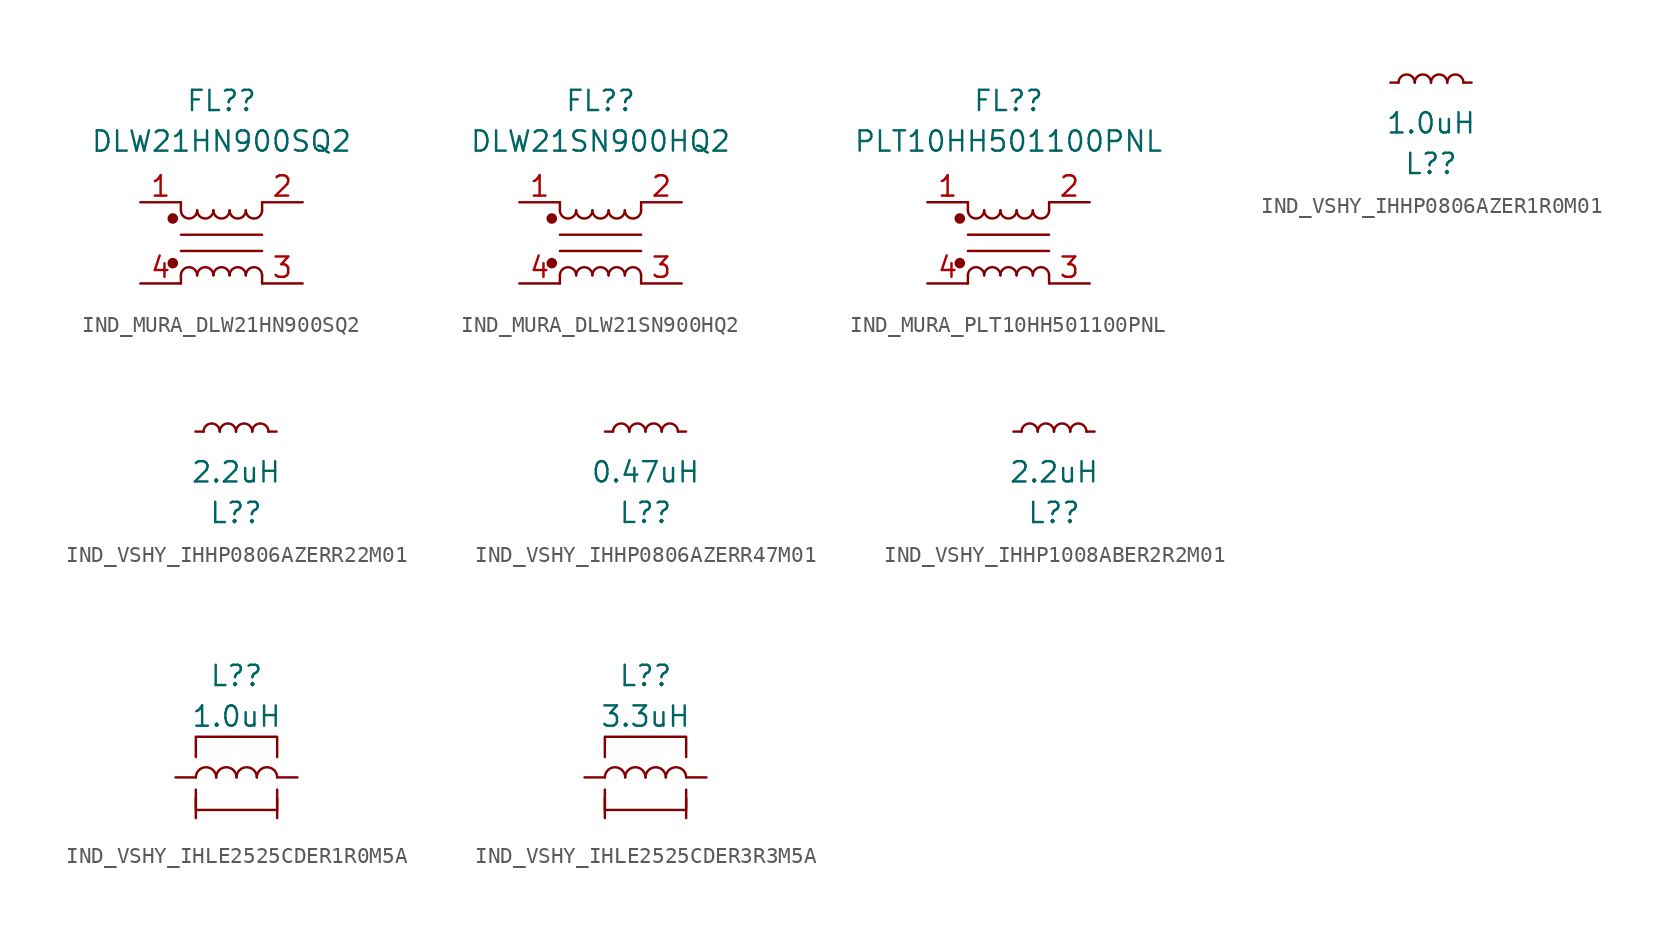
<source format=kicad_sym>
(kicad_symbol_lib
  (version 20231120)
  (generator "kicad_symbol_editor")
  (generator_version "8.0")
  (symbol "IND_MURA_DLW21HN900SQ2"
    (pin_names
      (offset 0.254) hide)
    (property "Reference" "FL?"
      (at 0 8.89 0)
      (effects (font (size 1.27 1.27))))
    (property "Value" "DLW21HN900SQ2"
      (at 0 6.35 0)
      (effects (font (size 1.27 1.27))))
    (symbol "IND_MURA_DLW21HN900SQ2_0_1"
      (circle (center -3.048 -1.27) (radius 0.254) (stroke (width 0) (type default)) (fill (type outline)))
      (circle (center -3.048 1.524) (radius 0.254) (stroke (width 0) (type default)) (fill (type outline)))
      (arc (start -2.54 2.032) (mid -2.032 1.5262) (end -1.524 2.032) (stroke (width 0) (type default)) (fill (type none)))
      (arc (start -1.524 -2.032) (mid -2.032 -1.5262) (end -2.54 -2.032) (stroke (width 0) (type default)) (fill (type none)))
      (arc (start -1.524 2.032) (mid -1.016 1.5262) (end -0.508 2.032) (stroke (width 0) (type default)) (fill (type none)))
      (arc (start -0.508 -2.032) (mid -1.016 -1.5262) (end -1.524 -2.032) (stroke (width 0) (type default)) (fill (type none)))
      (arc (start -0.508 2.032) (mid 0 1.5262) (end 0.508 2.032) (stroke (width 0) (type default)) (fill (type none)))
      (polyline (pts (xy -2.54 -2.032) (xy -2.54 -2.54)) (stroke (width 0) (type default)) (fill (type none)))
      (polyline (pts (xy -2.54 0.508) (xy 2.54 0.508)) (stroke (width 0) (type default)) (fill (type none)))
      (polyline (pts (xy -2.54 2.032) (xy -2.54 2.54)) (stroke (width 0) (type default)) (fill (type none)))
      (polyline (pts (xy 2.54 -2.032) (xy 2.54 -2.54)) (stroke (width 0) (type default)) (fill (type none)))
      (polyline (pts (xy 2.54 -0.508) (xy -2.54 -0.508)) (stroke (width 0) (type default)) (fill (type none)))
      (polyline (pts (xy 2.54 2.54) (xy 2.54 2.032)) (stroke (width 0) (type default)) (fill (type none)))
      (arc (start 0.508 -2.032) (mid 0 -1.5262) (end -0.508 -2.032) (stroke (width 0) (type default)) (fill (type none)))
      (arc (start 0.508 2.032) (mid 1.016 1.5262) (end 1.524 2.032) (stroke (width 0) (type default)) (fill (type none)))
      (arc (start 1.524 -2.032) (mid 1.016 -1.5262) (end 0.508 -2.032) (stroke (width 0) (type default)) (fill (type none)))
      (arc (start 1.524 2.032) (mid 2.032 1.5262) (end 2.54 2.032) (stroke (width 0) (type default)) (fill (type none)))
      (arc (start 2.54 -2.032) (mid 2.032 -1.5262) (end 1.524 -2.032) (stroke (width 0) (type default)) (fill (type none))))
    (symbol "IND_MURA_DLW21HN900SQ2_1_1"
      (pin passive line (at -5.08 2.54 0) (length 2.54) (name "1" (effects (font (size 1.27 1.27)))) (number "1" (effects (font (size 1.27 1.27)))))
      (pin passive line (at 5.08 2.54 180) (length 2.54) (name "2" (effects (font (size 1.27 1.27)))) (number "2" (effects (font (size 1.27 1.27)))))
      (pin passive line (at 5.08 -2.54 180) (length 2.54) (name "3" (effects (font (size 1.27 1.27)))) (number "3" (effects (font (size 1.27 1.27)))))
      (pin passive line (at -5.08 -2.54 0) (length 2.54) (name "4" (effects (font (size 1.27 1.27)))) (number "4" (effects (font (size 1.27 1.27)))))))
  (symbol "IND_MURA_DLW21SN900HQ2"
    (pin_names
      (offset 0.254) hide)
    (property "Reference" "FL?"
      (at 0 8.89 0)
      (effects (font (size 1.27 1.27))))
    (property "Value" "DLW21SN900HQ2"
      (at 0 6.35 0)
      (effects (font (size 1.27 1.27))))
    (symbol "IND_MURA_DLW21SN900HQ2_0_1"
      (circle (center -3.048 -1.27) (radius 0.254) (stroke (width 0) (type default)) (fill (type outline)))
      (circle (center -3.048 1.524) (radius 0.254) (stroke (width 0) (type default)) (fill (type outline)))
      (arc (start -2.54 2.032) (mid -2.032 1.5262) (end -1.524 2.032) (stroke (width 0) (type default)) (fill (type none)))
      (arc (start -1.524 -2.032) (mid -2.032 -1.5262) (end -2.54 -2.032) (stroke (width 0) (type default)) (fill (type none)))
      (arc (start -1.524 2.032) (mid -1.016 1.5262) (end -0.508 2.032) (stroke (width 0) (type default)) (fill (type none)))
      (arc (start -0.508 -2.032) (mid -1.016 -1.5262) (end -1.524 -2.032) (stroke (width 0) (type default)) (fill (type none)))
      (arc (start -0.508 2.032) (mid 0 1.5262) (end 0.508 2.032) (stroke (width 0) (type default)) (fill (type none)))
      (polyline (pts (xy -2.54 -2.032) (xy -2.54 -2.54)) (stroke (width 0) (type default)) (fill (type none)))
      (polyline (pts (xy -2.54 0.508) (xy 2.54 0.508)) (stroke (width 0) (type default)) (fill (type none)))
      (polyline (pts (xy -2.54 2.032) (xy -2.54 2.54)) (stroke (width 0) (type default)) (fill (type none)))
      (polyline (pts (xy 2.54 -2.032) (xy 2.54 -2.54)) (stroke (width 0) (type default)) (fill (type none)))
      (polyline (pts (xy 2.54 -0.508) (xy -2.54 -0.508)) (stroke (width 0) (type default)) (fill (type none)))
      (polyline (pts (xy 2.54 2.54) (xy 2.54 2.032)) (stroke (width 0) (type default)) (fill (type none)))
      (arc (start 0.508 -2.032) (mid 0 -1.5262) (end -0.508 -2.032) (stroke (width 0) (type default)) (fill (type none)))
      (arc (start 0.508 2.032) (mid 1.016 1.5262) (end 1.524 2.032) (stroke (width 0) (type default)) (fill (type none)))
      (arc (start 1.524 -2.032) (mid 1.016 -1.5262) (end 0.508 -2.032) (stroke (width 0) (type default)) (fill (type none)))
      (arc (start 1.524 2.032) (mid 2.032 1.5262) (end 2.54 2.032) (stroke (width 0) (type default)) (fill (type none)))
      (arc (start 2.54 -2.032) (mid 2.032 -1.5262) (end 1.524 -2.032) (stroke (width 0) (type default)) (fill (type none))))
    (symbol "IND_MURA_DLW21SN900HQ2_1_1"
      (pin passive line (at -5.08 2.54 0) (length 2.54) (name "1" (effects (font (size 1.27 1.27)))) (number "1" (effects (font (size 1.27 1.27)))))
      (pin passive line (at 5.08 2.54 180) (length 2.54) (name "2" (effects (font (size 1.27 1.27)))) (number "2" (effects (font (size 1.27 1.27)))))
      (pin passive line (at 5.08 -2.54 180) (length 2.54) (name "3" (effects (font (size 1.27 1.27)))) (number "3" (effects (font (size 1.27 1.27)))))
      (pin passive line (at -5.08 -2.54 0) (length 2.54) (name "4" (effects (font (size 1.27 1.27)))) (number "4" (effects (font (size 1.27 1.27)))))))
  (symbol "IND_MURA_PLT10HH501100PNL"
    (pin_names
      (offset 0.254) hide)
    (property "Reference" "FL?"
      (at 0 8.89 0)
      (effects (font (size 1.27 1.27))))
    (property "Value" "PLT10HH501100PNL"
      (at 0 6.35 0)
      (effects (font (size 1.27 1.27))))
    (symbol "IND_MURA_PLT10HH501100PNL_0_1"
      (circle (center -3.048 -1.27) (radius 0.254) (stroke (width 0) (type default)) (fill (type outline)))
      (circle (center -3.048 1.524) (radius 0.254) (stroke (width 0) (type default)) (fill (type outline)))
      (arc (start -2.54 2.032) (mid -2.032 1.5262) (end -1.524 2.032) (stroke (width 0) (type default)) (fill (type none)))
      (arc (start -1.524 -2.032) (mid -2.032 -1.5262) (end -2.54 -2.032) (stroke (width 0) (type default)) (fill (type none)))
      (arc (start -1.524 2.032) (mid -1.016 1.5262) (end -0.508 2.032) (stroke (width 0) (type default)) (fill (type none)))
      (arc (start -0.508 -2.032) (mid -1.016 -1.5262) (end -1.524 -2.032) (stroke (width 0) (type default)) (fill (type none)))
      (arc (start -0.508 2.032) (mid 0 1.5262) (end 0.508 2.032) (stroke (width 0) (type default)) (fill (type none)))
      (polyline (pts (xy -2.54 -2.032) (xy -2.54 -2.54)) (stroke (width 0) (type default)) (fill (type none)))
      (polyline (pts (xy -2.54 0.508) (xy 2.54 0.508)) (stroke (width 0) (type default)) (fill (type none)))
      (polyline (pts (xy -2.54 2.032) (xy -2.54 2.54)) (stroke (width 0) (type default)) (fill (type none)))
      (polyline (pts (xy 2.54 -2.032) (xy 2.54 -2.54)) (stroke (width 0) (type default)) (fill (type none)))
      (polyline (pts (xy 2.54 -0.508) (xy -2.54 -0.508)) (stroke (width 0) (type default)) (fill (type none)))
      (polyline (pts (xy 2.54 2.54) (xy 2.54 2.032)) (stroke (width 0) (type default)) (fill (type none)))
      (arc (start 0.508 -2.032) (mid 0 -1.5262) (end -0.508 -2.032) (stroke (width 0) (type default)) (fill (type none)))
      (arc (start 0.508 2.032) (mid 1.016 1.5262) (end 1.524 2.032) (stroke (width 0) (type default)) (fill (type none)))
      (arc (start 1.524 -2.032) (mid 1.016 -1.5262) (end 0.508 -2.032) (stroke (width 0) (type default)) (fill (type none)))
      (arc (start 1.524 2.032) (mid 2.032 1.5262) (end 2.54 2.032) (stroke (width 0) (type default)) (fill (type none)))
      (arc (start 2.54 -2.032) (mid 2.032 -1.5262) (end 1.524 -2.032) (stroke (width 0) (type default)) (fill (type none))))
    (symbol "IND_MURA_PLT10HH501100PNL_1_1"
      (pin passive line (at -5.08 2.54 0) (length 2.54) (name "1" (effects (font (size 1.27 1.27)))) (number "1" (effects (font (size 1.27 1.27)))))
      (pin passive line (at 5.08 2.54 180) (length 2.54) (name "2" (effects (font (size 1.27 1.27)))) (number "2" (effects (font (size 1.27 1.27)))))
      (pin passive line (at 5.08 -2.54 180) (length 2.54) (name "3" (effects (font (size 1.27 1.27)))) (number "3" (effects (font (size 1.27 1.27)))))
      (pin passive line (at -5.08 -2.54 0) (length 2.54) (name "4" (effects (font (size 1.27 1.27)))) (number "4" (effects (font (size 1.27 1.27)))))))
  (symbol "IND_VSHY_IHHP0806AZER1R0M01"
    (pin_numbers hide)
    (pin_names
      (offset 0.254) hide)
    (property "Reference" "L?"
      (at 0 -5.08 0)
      (effects (font (size 1.27 1.27))))
    (property "Value" "1.0uH"
      (at 0 -2.54 0)
      (effects (font (size 1.27 1.27))))
    (symbol "IND_VSHY_IHHP0806AZER1R0M01_0_1"
      (arc (start -1.016 0) (mid -1.524 0.5058) (end -2.032 0) (stroke (width 0) (type default)) (fill (type none)))
      (arc (start 0 0) (mid -0.508 0.5058) (end -1.016 0) (stroke (width 0) (type default)) (fill (type none)))
      (arc (start 1.016 0) (mid 0.508 0.5058) (end 0 0) (stroke (width 0) (type default)) (fill (type none)))
      (arc (start 2.032 0) (mid 1.524 0.5058) (end 1.016 0) (stroke (width 0) (type default)) (fill (type none))))
    (symbol "IND_VSHY_IHHP0806AZER1R0M01_1_1"
      (pin passive line (at -2.54 0 0) (length 0.508) (name "~" (effects (font (size 1.27 1.27)))) (number "1" (effects (font (size 1.27 1.27)))))
      (pin passive line (at 2.54 0 180) (length 0.508) (name "~" (effects (font (size 1.27 1.27)))) (number "2" (effects (font (size 1.27 1.27)))))))
  (symbol "IND_VSHY_IHHP0806AZERR22M01"
    (pin_numbers hide)
    (pin_names
      (offset 0.254) hide)
    (property "Reference" "L?"
      (at 0 -5.08 0)
      (effects (font (size 1.27 1.27))))
    (property "Value" "2.2uH"
      (at 0 -2.54 0)
      (effects (font (size 1.27 1.27))))
    (symbol "IND_VSHY_IHHP0806AZERR22M01_0_1"
      (arc (start -1.016 0) (mid -1.524 0.5058) (end -2.032 0) (stroke (width 0) (type default)) (fill (type none)))
      (arc (start 0 0) (mid -0.508 0.5058) (end -1.016 0) (stroke (width 0) (type default)) (fill (type none)))
      (arc (start 1.016 0) (mid 0.508 0.5058) (end 0 0) (stroke (width 0) (type default)) (fill (type none)))
      (arc (start 2.032 0) (mid 1.524 0.5058) (end 1.016 0) (stroke (width 0) (type default)) (fill (type none))))
    (symbol "IND_VSHY_IHHP0806AZERR22M01_1_1"
      (pin passive line (at -2.54 0 0) (length 0.508) (name "~" (effects (font (size 1.27 1.27)))) (number "1" (effects (font (size 1.27 1.27)))))
      (pin passive line (at 2.54 0 180) (length 0.508) (name "~" (effects (font (size 1.27 1.27)))) (number "2" (effects (font (size 1.27 1.27)))))))
  (symbol "IND_VSHY_IHHP0806AZERR47M01"
    (pin_numbers hide)
    (pin_names
      (offset 0.254) hide)
    (property "Reference" "L?"
      (at 0 -5.08 0)
      (effects (font (size 1.27 1.27))))
    (property "Value" "0.47uH"
      (at 0 -2.54 0)
      (effects (font (size 1.27 1.27))))
    (symbol "IND_VSHY_IHHP0806AZERR47M01_0_1"
      (arc (start -1.016 0) (mid -1.524 0.5058) (end -2.032 0) (stroke (width 0) (type default)) (fill (type none)))
      (arc (start 0 0) (mid -0.508 0.5058) (end -1.016 0) (stroke (width 0) (type default)) (fill (type none)))
      (arc (start 1.016 0) (mid 0.508 0.5058) (end 0 0) (stroke (width 0) (type default)) (fill (type none)))
      (arc (start 2.032 0) (mid 1.524 0.5058) (end 1.016 0) (stroke (width 0) (type default)) (fill (type none))))
    (symbol "IND_VSHY_IHHP0806AZERR47M01_1_1"
      (pin passive line (at -2.54 0 0) (length 0.508) (name "~" (effects (font (size 1.27 1.27)))) (number "1" (effects (font (size 1.27 1.27)))))
      (pin passive line (at 2.54 0 180) (length 0.508) (name "~" (effects (font (size 1.27 1.27)))) (number "2" (effects (font (size 1.27 1.27)))))))
  (symbol "IND_VSHY_IHHP1008ABER2R2M01"
    (pin_numbers hide)
    (pin_names
      (offset 0.254) hide)
    (property "Reference" "L?"
      (at 0 -5.08 0)
      (effects (font (size 1.27 1.27))))
    (property "Value" "2.2uH"
      (at 0 -2.54 0)
      (effects (font (size 1.27 1.27))))
    (symbol "IND_VSHY_IHHP1008ABER2R2M01_0_1"
      (arc (start -1.016 0) (mid -1.524 0.5058) (end -2.032 0) (stroke (width 0) (type default)) (fill (type none)))
      (arc (start 0 0) (mid -0.508 0.5058) (end -1.016 0) (stroke (width 0) (type default)) (fill (type none)))
      (arc (start 1.016 0) (mid 0.508 0.5058) (end 0 0) (stroke (width 0) (type default)) (fill (type none)))
      (arc (start 2.032 0) (mid 1.524 0.5058) (end 1.016 0) (stroke (width 0) (type default)) (fill (type none))))
    (symbol "IND_VSHY_IHHP1008ABER2R2M01_1_1"
      (pin passive line (at -2.54 0 0) (length 0.508) (name "~" (effects (font (size 1.27 1.27)))) (number "1" (effects (font (size 1.27 1.27)))))
      (pin passive line (at 2.54 0 180) (length 0.508) (name "~" (effects (font (size 1.27 1.27)))) (number "2" (effects (font (size 1.27 1.27)))))))
  (symbol "IND_VSHY_IHLE2525CDER1R0M5A"
    (pin_numbers hide)
    (pin_names
      (offset 1.016) hide)
    (property "Reference" "L?"
      (at 0 6.35 0)
      (effects (font (size 1.27 1.27))))
    (property "Value" "1.0uH"
      (at 0 3.81 0)
      (effects (font (size 1.27 1.27))))
    (symbol "IND_VSHY_IHLE2525CDER1R0M5A_0_1"
      (arc (start -1.27 0) (mid -1.905 0.6323) (end -2.54 0) (stroke (width 0) (type default)) (fill (type none)))
      (arc (start 0 0) (mid -0.635 0.6323) (end -1.27 0) (stroke (width 0) (type default)) (fill (type none)))
      (polyline (pts (xy -2.54 -0.762) (xy -2.54 -2.032) (xy 2.54 -2.032) (xy 2.54 -0.762)) (stroke (width 0) (type default)) (fill (type none)))
      (polyline (pts (xy 2.54 1.27) (xy 2.54 2.54) (xy -2.54 2.54) (xy -2.54 1.27)) (stroke (width 0) (type default)) (fill (type none)))
      (arc (start 1.27 0) (mid 0.635 0.6323) (end 0 0) (stroke (width 0) (type default)) (fill (type none)))
      (arc (start 2.54 0) (mid 1.905 0.6323) (end 1.27 0) (stroke (width 0) (type default)) (fill (type none))))
    (symbol "IND_VSHY_IHLE2525CDER1R0M5A_1_1"
      (pin passive line (at -3.81 0 0) (length 1.27) (name "1" (effects (font (size 1.27 1.27)))) (number "1" (effects (font (size 1.27 1.27)))))
      (pin passive line (at 3.81 0 180) (length 1.27) (name "2" (effects (font (size 1.27 1.27)))) (number "2" (effects (font (size 1.27 1.27)))))
      (pin passive line (at -2.54 -2.54 90) (length 1.27) (name "SH2" (effects (font (size 1.27 1.27)))) (number "3" (effects (font (size 1.27 1.27)))))
      (pin passive line (at 2.54 -2.54 90) (length 1.27) (name "SH1" (effects (font (size 1.27 1.27)))) (number "4" (effects (font (size 1.27 1.27)))))))
  (symbol "IND_VSHY_IHLE2525CDER3R3M5A"
    (pin_numbers hide)
    (pin_names
      (offset 1.016) hide)
    (property "Reference" "L?"
      (at 0 6.35 0)
      (effects (font (size 1.27 1.27))))
    (property "Value" "3.3uH"
      (at 0 3.81 0)
      (effects (font (size 1.27 1.27))))
    (symbol "IND_VSHY_IHLE2525CDER3R3M5A_0_1"
      (arc (start -1.27 0) (mid -1.905 0.6323) (end -2.54 0) (stroke (width 0) (type default)) (fill (type none)))
      (arc (start 0 0) (mid -0.635 0.6323) (end -1.27 0) (stroke (width 0) (type default)) (fill (type none)))
      (polyline (pts (xy -2.54 -0.762) (xy -2.54 -2.032) (xy 2.54 -2.032) (xy 2.54 -0.762)) (stroke (width 0) (type default)) (fill (type none)))
      (polyline (pts (xy 2.54 1.27) (xy 2.54 2.54) (xy -2.54 2.54) (xy -2.54 1.27)) (stroke (width 0) (type default)) (fill (type none)))
      (arc (start 1.27 0) (mid 0.635 0.6323) (end 0 0) (stroke (width 0) (type default)) (fill (type none)))
      (arc (start 2.54 0) (mid 1.905 0.6323) (end 1.27 0) (stroke (width 0) (type default)) (fill (type none))))
    (symbol "IND_VSHY_IHLE2525CDER3R3M5A_1_1"
      (pin passive line (at -3.81 0 0) (length 1.27) (name "1" (effects (font (size 1.27 1.27)))) (number "1" (effects (font (size 1.27 1.27)))))
      (pin passive line (at 3.81 0 180) (length 1.27) (name "2" (effects (font (size 1.27 1.27)))) (number "2" (effects (font (size 1.27 1.27)))))
      (pin passive line (at -2.54 -2.54 90) (length 1.27) (name "SH2" (effects (font (size 1.27 1.27)))) (number "3" (effects (font (size 1.27 1.27)))))
      (pin passive line (at 2.54 -2.54 90) (length 1.27) (name "SH1" (effects (font (size 1.27 1.27)))) (number "4" (effects (font (size 1.27 1.27))))))))
</source>
